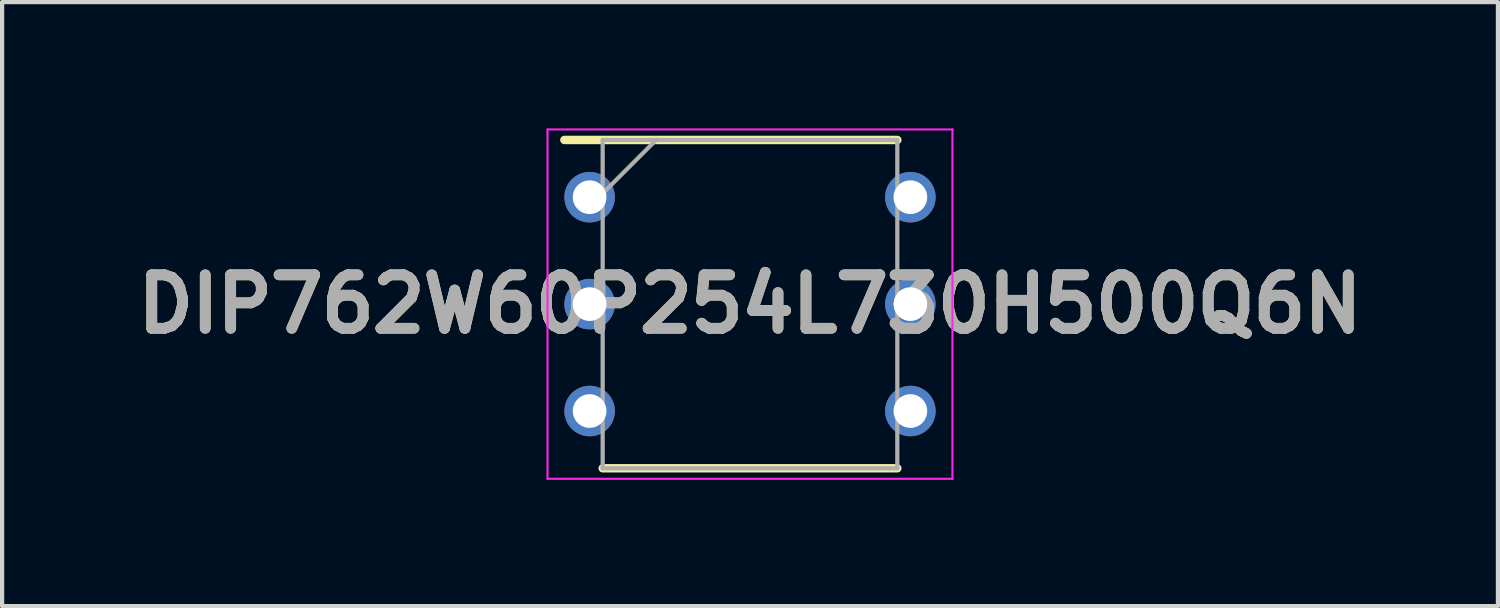
<source format=kicad_pcb>
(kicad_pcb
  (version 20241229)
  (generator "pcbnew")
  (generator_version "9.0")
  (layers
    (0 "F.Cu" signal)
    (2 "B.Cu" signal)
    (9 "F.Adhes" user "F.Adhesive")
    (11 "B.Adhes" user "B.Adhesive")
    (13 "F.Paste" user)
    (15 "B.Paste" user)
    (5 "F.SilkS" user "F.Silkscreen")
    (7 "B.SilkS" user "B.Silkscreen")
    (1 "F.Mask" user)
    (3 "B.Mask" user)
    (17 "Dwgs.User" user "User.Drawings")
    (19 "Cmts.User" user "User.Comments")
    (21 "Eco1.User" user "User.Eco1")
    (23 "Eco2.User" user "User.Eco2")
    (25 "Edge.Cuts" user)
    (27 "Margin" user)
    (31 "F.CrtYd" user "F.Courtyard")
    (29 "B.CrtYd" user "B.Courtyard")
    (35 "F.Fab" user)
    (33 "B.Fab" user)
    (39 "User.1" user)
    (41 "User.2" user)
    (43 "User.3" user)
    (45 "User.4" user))
  (footprint "DIP762W60P254L730H500Q6N"
    (layer "F.Cu")
    (at 14.768 4.175)
    (property "Reference" "DIP762W60P254L730H500Q6N" (at 0 0 0) (layer "F.SilkS") (effects (font (size 1.27 1.27) (thickness 0.254))))
    (attr through_hole)
    (fp_line (start -4.41 -3.9) (end 3.5 -3.9) (stroke (width 0.2) (type solid)) (layer "F.SilkS"))
    (fp_line (start -3.5 3.9) (end 3.5 3.9) (stroke (width 0.2) (type solid)) (layer "F.SilkS"))
    (fp_line (start -4.81 -4.15) (end 4.81 -4.15) (stroke (width 0.05) (type solid)) (layer "F.CrtYd"))
    (fp_line (start -4.81 4.15) (end -4.81 -4.15) (stroke (width 0.05) (type solid)) (layer "F.CrtYd"))
    (fp_line (start 4.81 -4.15) (end 4.81 4.15) (stroke (width 0.05) (type solid)) (layer "F.CrtYd"))
    (fp_line (start 4.81 4.15) (end -4.81 4.15) (stroke (width 0.05) (type solid)) (layer "F.CrtYd"))
    (fp_line (start -3.5 -3.9) (end 3.5 -3.9) (stroke (width 0.1) (type solid)) (layer "F.Fab"))
    (fp_line (start -3.5 -2.63) (end -2.23 -3.9) (stroke (width 0.1) (type solid)) (layer "F.Fab"))
    (fp_line (start -3.5 3.9) (end -3.5 -3.9) (stroke (width 0.1) (type solid)) (layer "F.Fab"))
    (fp_line (start 3.5 -3.9) (end 3.5 3.9) (stroke (width 0.1) (type solid)) (layer "F.Fab"))
    (fp_line (start 3.5 3.9) (end -3.5 3.9) (stroke (width 0.1) (type solid)) (layer "F.Fab"))
    (fp_text user "${REFERENCE}" (at 0 0 0) (layer "F.Fab") (effects (font (size 1.27 1.27) (thickness 0.254))))
    (pad "1" thru_hole circle (at -3.81 -2.54) (size 1.2 1.2) (drill 0.8) (layers "*.Cu" "*.Mask"))
    (pad "2" thru_hole circle (at -3.81 0) (size 1.2 1.2) (drill 0.8) (layers "*.Cu" "*.Mask"))
    (pad "3" thru_hole circle (at -3.81 2.54) (size 1.2 1.2) (drill 0.8) (layers "*.Cu" "*.Mask"))
    (pad "4" thru_hole circle (at 3.81 2.54) (size 1.2 1.2) (drill 0.8) (layers "*.Cu" "*.Mask"))
    (pad "5" thru_hole circle (at 3.81 0) (size 1.2 1.2) (drill 0.8) (layers "*.Cu" "*.Mask"))
    (pad "6" thru_hole circle (at 3.81 -2.54) (size 1.2 1.2) (drill 0.8) (layers "*.Cu" "*.Mask")))
  (gr_rect
    (start -3 -3)
    (end 32.537 11.35)
    (stroke (width 0.1) (type default))
    (fill no)
    (layer "Edge.Cuts")))
</source>
